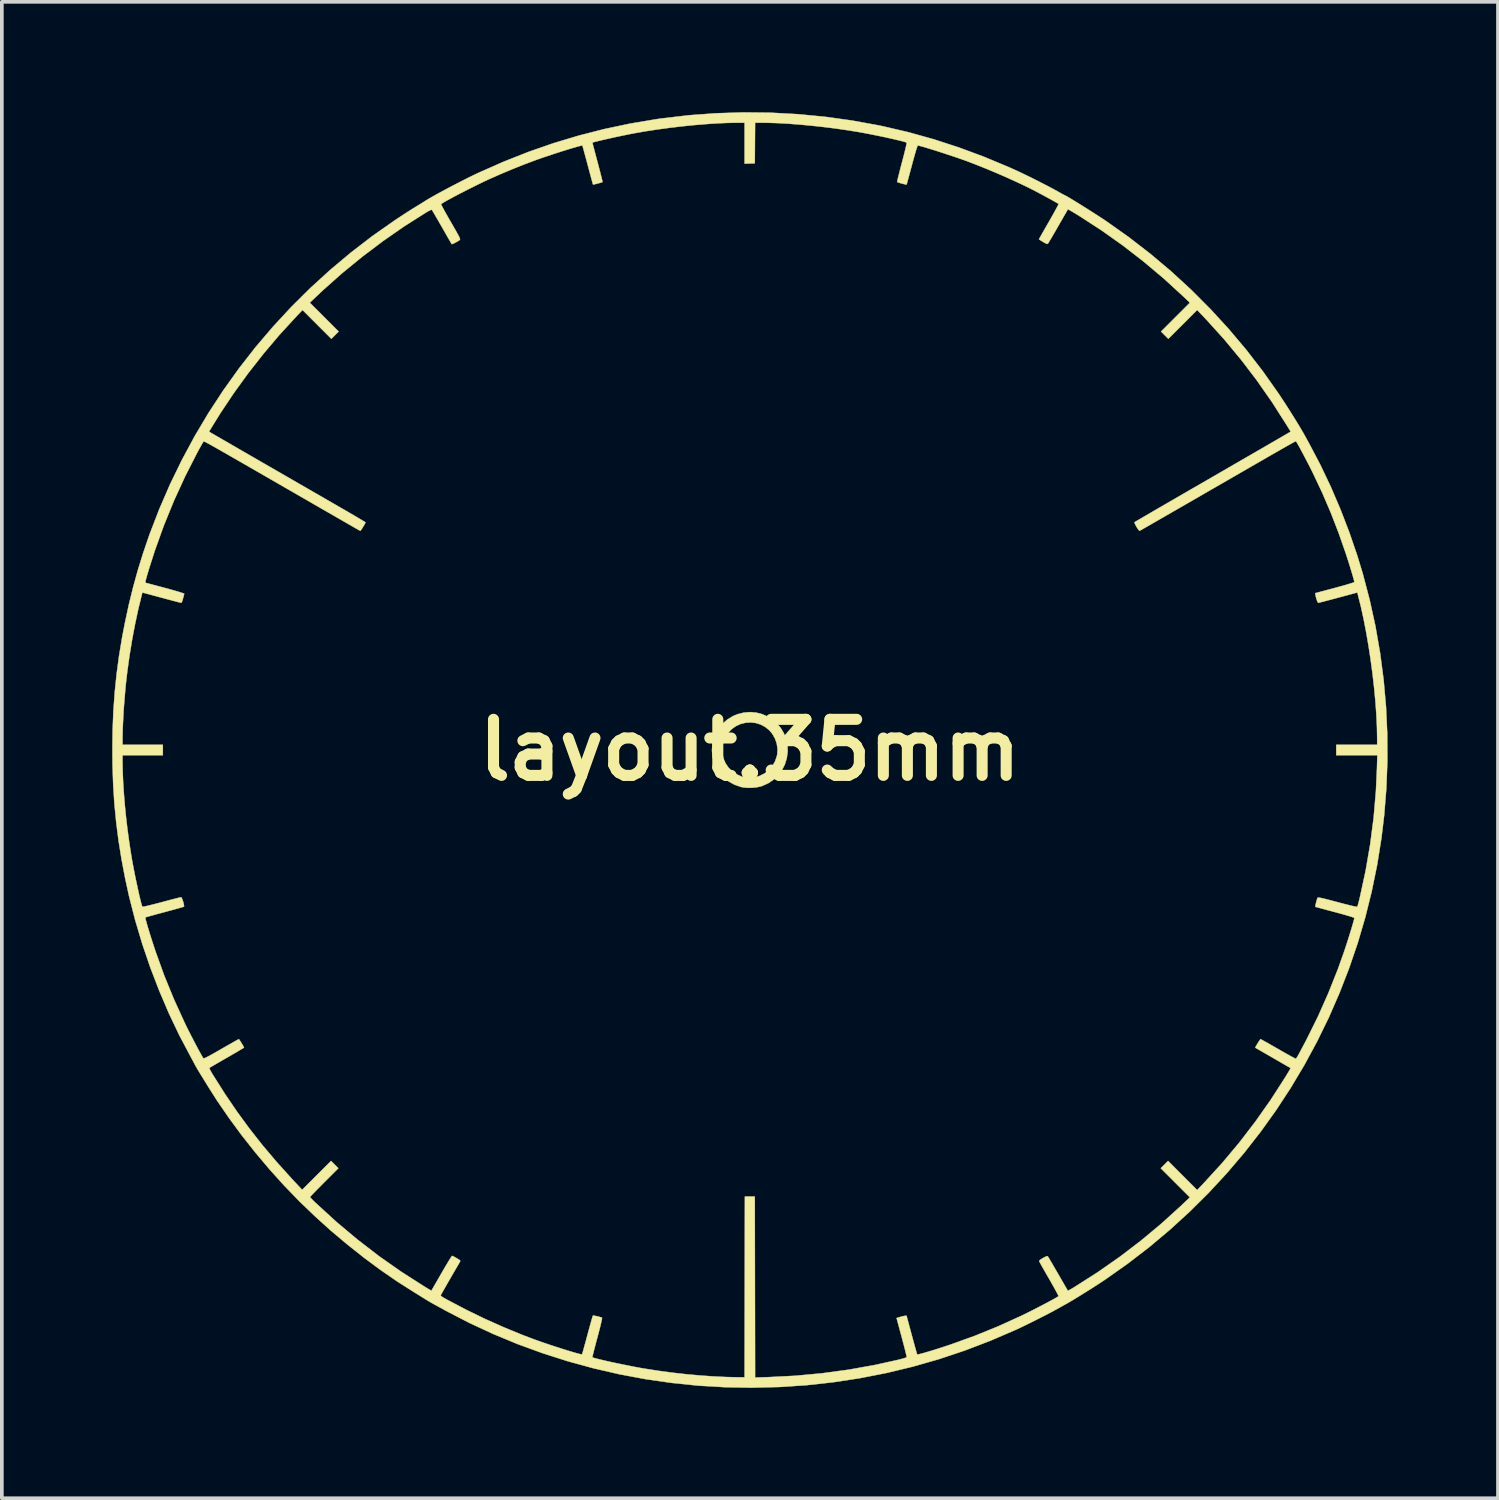
<source format=kicad_pcb>
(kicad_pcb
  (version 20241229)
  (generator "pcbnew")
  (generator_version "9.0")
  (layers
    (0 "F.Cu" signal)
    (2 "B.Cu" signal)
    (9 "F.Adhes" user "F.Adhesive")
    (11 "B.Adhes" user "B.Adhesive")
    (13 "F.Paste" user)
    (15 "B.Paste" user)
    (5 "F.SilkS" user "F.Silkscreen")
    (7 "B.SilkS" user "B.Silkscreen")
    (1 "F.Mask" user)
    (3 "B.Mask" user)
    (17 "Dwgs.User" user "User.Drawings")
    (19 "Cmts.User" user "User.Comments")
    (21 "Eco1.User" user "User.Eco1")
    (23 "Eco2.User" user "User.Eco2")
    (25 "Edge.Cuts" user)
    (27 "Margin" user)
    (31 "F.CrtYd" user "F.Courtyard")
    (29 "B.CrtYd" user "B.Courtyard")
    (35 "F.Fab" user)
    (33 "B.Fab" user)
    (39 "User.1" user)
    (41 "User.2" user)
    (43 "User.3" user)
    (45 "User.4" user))
  (footprint "layout.35mm"
    (layer "F.Cu")
    (at 17.33 17.335)
    (property "Reference" "layout.35mm" (at 0 0 0) (layer "F.SilkS") (effects (font (size 1.524 1.524) (thickness 0.3))))
    (attr through_hole)
    (fp_poly (pts (xy 0.171 -1.017) (xy 0.329 -0.977) (xy 0.477 -0.914) (xy 0.614 -0.828) (xy 0.735 -0.723) (xy 0.839 -0.6) (xy 0.923 -0.46) (xy 0.985 -0.307) (xy 1.021 -0.142) (xy 1.029 0.034) (xy 1.028 0.047) (xy 1.004 0.224) (xy 0.952 0.391) (xy 0.874 0.545) (xy 0.771 0.683) (xy 0.648 0.802) (xy 0.505 0.9) (xy 0.345 0.973) (xy 0.31 0.985) (xy 0.189 1.013) (xy 0.054 1.026) (xy -0.082 1.026) (xy -0.208 1.011) (xy -0.252 1) (xy -0.421 0.94) (xy -0.575 0.855) (xy -0.71 0.749) (xy -0.808 0.642) (xy -0.905 0.493) (xy -0.975 0.335) (xy -1.016 0.173) (xy -1.03 0.009) (xy -1.027 -0.04) (xy -0.75 -0.04) (xy -0.745 0.102) (xy -0.714 0.237) (xy -0.658 0.364) (xy -0.58 0.478) (xy -0.481 0.577) (xy -0.363 0.658) (xy -0.228 0.718) (xy -0.078 0.753) (xy -0.016 0.76) (xy 0.011 0.759) (xy 0.059 0.753) (xy 0.111 0.745) (xy 0.258 0.707) (xy 0.392 0.641) (xy 0.51 0.551) (xy 0.608 0.441) (xy 0.683 0.313) (xy 0.733 0.17) (xy 0.746 0.107) (xy 0.752 -0.034) (xy 0.731 -0.177) (xy 0.682 -0.315) (xy 0.61 -0.441) (xy 0.533 -0.533) (xy 0.418 -0.627) (xy 0.292 -0.694) (xy 0.158 -0.735) (xy 0.021 -0.75) (xy -0.117 -0.741) (xy -0.251 -0.708) (xy -0.376 -0.651) (xy -0.49 -0.571) (xy -0.588 -0.47) (xy -0.667 -0.346) (xy -0.675 -0.33) (xy -0.728 -0.185) (xy -0.75 -0.04) (xy -1.027 -0.04) (xy -1.019 -0.153) (xy -0.982 -0.311) (xy -0.922 -0.461) (xy -0.838 -0.601) (xy -0.731 -0.726) (xy -0.603 -0.835) (xy -0.455 -0.924) (xy -0.334 -0.974) (xy -0.163 -1.017) (xy 0.006 -1.031) (xy 0.171 -1.017)) (stroke (width 0.01) (type solid)) (fill yes) (layer "F.SilkS"))
    (fp_poly (pts (xy 0.565 -17.322) (xy 1.305 -17.282) (xy 2.044 -17.211) (xy 2.779 -17.109) (xy 3.51 -16.976) (xy 3.619 -16.953) (xy 4.309 -16.792) (xy 4.997 -16.6) (xy 5.682 -16.377) (xy 6.362 -16.125) (xy 7.035 -15.844) (xy 7.255 -15.745) (xy 7.375 -15.689) (xy 7.513 -15.622) (xy 7.663 -15.549) (xy 7.818 -15.471) (xy 7.972 -15.392) (xy 8.118 -15.317) (xy 8.249 -15.247) (xy 8.361 -15.186) (xy 8.388 -15.17) (xy 8.451 -15.135) (xy 8.503 -15.106) (xy 8.539 -15.087) (xy 8.552 -15.081) (xy 8.571 -15.073) (xy 8.614 -15.049) (xy 8.677 -15.013) (xy 8.756 -14.965) (xy 8.85 -14.908) (xy 8.953 -14.844) (xy 9.064 -14.775) (xy 9.178 -14.703) (xy 9.293 -14.63) (xy 9.405 -14.558) (xy 9.512 -14.489) (xy 9.609 -14.426) (xy 9.692 -14.37) (xy 10.298 -13.941) (xy 10.884 -13.488) (xy 11.45 -13.011) (xy 11.994 -12.511) (xy 12.515 -11.989) (xy 13.014 -11.445) (xy 13.49 -10.881) (xy 13.941 -10.297) (xy 14.367 -9.694) (xy 14.437 -9.588) (xy 14.516 -9.469) (xy 14.6 -9.338) (xy 14.687 -9.202) (xy 14.773 -9.064) (xy 14.856 -8.931) (xy 14.932 -8.806) (xy 14.998 -8.694) (xy 15.052 -8.602) (xy 15.077 -8.557) (xy 15.107 -8.503) (xy 15.145 -8.433) (xy 15.186 -8.359) (xy 15.204 -8.326) (xy 15.506 -7.752) (xy 15.79 -7.155) (xy 16.053 -6.541) (xy 16.294 -5.915) (xy 16.51 -5.284) (xy 16.659 -4.794) (xy 16.846 -4.083) (xy 17.004 -3.364) (xy 17.13 -2.638) (xy 17.226 -1.908) (xy 17.291 -1.174) (xy 17.325 -0.437) (xy 17.328 0.301) (xy 17.3 1.038) (xy 17.241 1.774) (xy 17.167 2.389) (xy 17.051 3.117) (xy 16.904 3.836) (xy 16.728 4.545) (xy 16.522 5.245) (xy 16.287 5.933) (xy 16.024 6.61) (xy 15.734 7.274) (xy 15.416 7.924) (xy 15.072 8.561) (xy 14.701 9.182) (xy 14.305 9.787) (xy 13.883 10.376) (xy 13.437 10.947) (xy 12.966 11.5) (xy 12.472 12.034) (xy 11.954 12.548) (xy 11.414 13.041) (xy 10.852 13.513) (xy 10.268 13.962) (xy 9.663 14.389) (xy 9.636 14.407) (xy 9.523 14.482) (xy 9.396 14.564) (xy 9.262 14.65) (xy 9.124 14.736) (xy 8.989 14.821) (xy 8.86 14.899) (xy 8.743 14.97) (xy 8.643 15.029) (xy 8.565 15.073) (xy 8.495 15.111) (xy 8.415 15.156) (xy 8.338 15.199) (xy 8.326 15.205) (xy 8.25 15.247) (xy 8.15 15.3) (xy 8.033 15.361) (xy 7.903 15.427) (xy 7.767 15.496) (xy 7.63 15.564) (xy 7.498 15.629) (xy 7.376 15.688) (xy 7.27 15.739) (xy 7.223 15.76) (xy 6.538 16.055) (xy 5.845 16.32) (xy 5.143 16.555) (xy 4.433 16.758) (xy 3.716 16.931) (xy 2.992 17.073) (xy 2.263 17.184) (xy 1.527 17.265) (xy 0.787 17.313) (xy 0.042 17.331) (xy -0.679 17.318) (xy -1.399 17.276) (xy -2.118 17.202) (xy -2.835 17.099) (xy -3.547 16.966) (xy -4.252 16.803) (xy -4.95 16.612) (xy -5.638 16.392) (xy -6.315 16.145) (xy -6.978 15.87) (xy -7.627 15.569) (xy -8.26 15.241) (xy -8.319 15.208) (xy -8.397 15.165) (xy -8.485 15.117) (xy -8.565 15.074) (xy -8.58 15.065) (xy -8.654 15.024) (xy -8.733 14.978) (xy -8.802 14.937) (xy -8.811 14.931) (xy -8.863 14.898) (xy -8.934 14.854) (xy -9.016 14.803) (xy -9.098 14.753) (xy -9.115 14.742) (xy -9.569 14.454) (xy -10.028 14.138) (xy -10.486 13.799) (xy -10.939 13.44) (xy -11.384 13.066) (xy -11.814 12.678) (xy -12.227 12.282) (xy -12.25 12.259) (xy -12.659 11.836) (xy -13.058 11.393) (xy -13.444 10.935) (xy -13.814 10.467) (xy -14.162 9.993) (xy -14.487 9.519) (xy -14.7 9.184) (xy -14.757 9.092) (xy -14.821 8.989) (xy -14.883 8.887) (xy -14.931 8.811) (xy -14.977 8.735) (xy -15.021 8.661) (xy -15.058 8.597) (xy -15.083 8.551) (xy -15.084 8.549) (xy -15.11 8.499) (xy -15.145 8.433) (xy -15.184 8.361) (xy -15.203 8.326) (xy -15.507 7.752) (xy -15.791 7.155) (xy -16.054 6.539) (xy -16.296 5.909) (xy -16.514 5.269) (xy -16.707 4.621) (xy -16.873 3.972) (xy -16.977 3.496) (xy -17.077 2.97) (xy -17.159 2.459) (xy -17.223 1.954) (xy -17.272 1.449) (xy -17.304 0.936) (xy -17.322 0.407) (xy -17.325 0) (xy -17.324 -0.143) (xy -17.05 -0.143) (xy -15.954 -0.143) (xy -15.954 0.143) (xy -17.05 0.143) (xy -17.05 0.329) (xy -17.045 0.591) (xy -17.033 0.877) (xy -17.013 1.183) (xy -16.987 1.502) (xy -16.954 1.83) (xy -16.915 2.161) (xy -16.87 2.49) (xy -16.821 2.81) (xy -16.795 2.968) (xy -16.772 3.094) (xy -16.746 3.23) (xy -16.719 3.37) (xy -16.69 3.511) (xy -16.66 3.651) (xy -16.631 3.785) (xy -16.604 3.909) (xy -16.578 4.02) (xy -16.555 4.114) (xy -16.535 4.188) (xy -16.52 4.238) (xy -16.51 4.26) (xy -16.492 4.259) (xy -16.447 4.251) (xy -16.379 4.236) (xy -16.292 4.215) (xy -16.188 4.189) (xy -16.072 4.159) (xy -15.988 4.137) (xy -15.866 4.104) (xy -15.752 4.074) (xy -15.652 4.048) (xy -15.569 4.027) (xy -15.506 4.011) (xy -15.468 4.002) (xy -15.457 4) (xy -15.444 4.015) (xy -15.427 4.051) (xy -15.409 4.101) (xy -15.393 4.155) (xy -15.382 4.205) (xy -15.377 4.242) (xy -15.38 4.257) (xy -15.397 4.263) (xy -15.442 4.276) (xy -15.51 4.296) (xy -15.597 4.32) (xy -15.701 4.349) (xy -15.817 4.38) (xy -15.906 4.404) (xy -16.029 4.437) (xy -16.141 4.467) (xy -16.241 4.495) (xy -16.322 4.517) (xy -16.383 4.535) (xy -16.42 4.546) (xy -16.429 4.549) (xy -16.428 4.568) (xy -16.419 4.614) (xy -16.4 4.683) (xy -16.375 4.773) (xy -16.343 4.88) (xy -16.306 5.001) (xy -16.264 5.133) (xy -16.219 5.273) (xy -16.171 5.418) (xy -16.151 5.479) (xy -15.918 6.125) (xy -15.656 6.766) (xy -15.369 7.395) (xy -15.305 7.528) (xy -15.254 7.63) (xy -15.199 7.739) (xy -15.141 7.85) (xy -15.084 7.961) (xy -15.028 8.066) (xy -14.977 8.162) (xy -14.931 8.245) (xy -14.894 8.312) (xy -14.867 8.357) (xy -14.853 8.378) (xy -14.842 8.38) (xy -14.82 8.374) (xy -14.783 8.358) (xy -14.73 8.332) (xy -14.659 8.294) (xy -14.566 8.242) (xy -14.45 8.176) (xy -14.367 8.128) (xy -14.256 8.064) (xy -14.154 8.006) (xy -14.064 7.955) (xy -13.989 7.912) (xy -13.932 7.881) (xy -13.898 7.863) (xy -13.888 7.858) (xy -13.877 7.871) (xy -13.855 7.903) (xy -13.827 7.947) (xy -13.798 7.996) (xy -13.771 8.041) (xy -13.753 8.074) (xy -13.748 8.088) (xy -13.761 8.097) (xy -13.799 8.12) (xy -13.857 8.154) (xy -13.934 8.2) (xy -14.025 8.253) (xy -14.128 8.313) (xy -14.204 8.357) (xy -14.314 8.42) (xy -14.416 8.479) (xy -14.506 8.531) (xy -14.581 8.575) (xy -14.638 8.608) (xy -14.672 8.628) (xy -14.682 8.634) (xy -14.687 8.646) (xy -14.68 8.671) (xy -14.66 8.713) (xy -14.625 8.775) (xy -14.588 8.836) (xy -14.267 9.344) (xy -13.938 9.828) (xy -13.596 10.295) (xy -13.238 10.75) (xy -12.857 11.2) (xy -12.451 11.65) (xy -12.416 11.687) (xy -12.168 11.953) (xy -11.775 11.561) (xy -11.382 11.168) (xy -11.184 11.367) (xy -11.569 11.752) (xy -11.66 11.843) (xy -11.743 11.927) (xy -11.815 12.001) (xy -11.875 12.063) (xy -11.92 12.111) (xy -11.947 12.14) (xy -11.954 12.15) (xy -11.943 12.164) (xy -11.913 12.197) (xy -11.868 12.243) (xy -11.812 12.298) (xy -11.783 12.325) (xy -11.233 12.828) (xy -10.665 13.304) (xy -10.08 13.755) (xy -9.477 14.178) (xy -8.857 14.575) (xy -8.801 14.609) (xy -8.656 14.697) (xy -8.382 14.222) (xy -8.318 14.111) (xy -8.258 14.009) (xy -8.204 13.919) (xy -8.159 13.845) (xy -8.124 13.79) (xy -8.102 13.757) (xy -8.093 13.748) (xy -8.073 13.755) (xy -8.034 13.775) (xy -7.982 13.804) (xy -7.968 13.812) (xy -7.914 13.844) (xy -7.883 13.866) (xy -7.871 13.882) (xy -7.873 13.898) (xy -7.88 13.911) (xy -7.894 13.935) (xy -7.922 13.982) (xy -7.96 14.048) (xy -8.007 14.128) (xy -8.059 14.219) (xy -8.115 14.315) (xy -8.172 14.414) (xy -8.227 14.51) (xy -8.278 14.6) (xy -8.323 14.678) (xy -8.359 14.742) (xy -8.384 14.786) (xy -8.395 14.805) (xy -8.4 14.818) (xy -8.397 14.831) (xy -8.382 14.847) (xy -8.353 14.868) (xy -8.305 14.896) (xy -8.235 14.936) (xy -8.179 14.966) (xy -7.695 15.22) (xy -7.193 15.464) (xy -6.681 15.692) (xy -6.17 15.902) (xy -5.842 16.026) (xy -5.725 16.067) (xy -5.599 16.111) (xy -5.466 16.156) (xy -5.331 16.201) (xy -5.197 16.244) (xy -5.067 16.286) (xy -4.944 16.324) (xy -4.833 16.357) (xy -4.736 16.386) (xy -4.657 16.407) (xy -4.6 16.421) (xy -4.567 16.426) (xy -4.561 16.425) (xy -4.556 16.409) (xy -4.542 16.365) (xy -4.523 16.298) (xy -4.499 16.21) (xy -4.47 16.107) (xy -4.439 15.991) (xy -4.414 15.9) (xy -4.381 15.777) (xy -4.35 15.664) (xy -4.322 15.564) (xy -4.299 15.481) (xy -4.281 15.42) (xy -4.269 15.382) (xy -4.265 15.373) (xy -4.247 15.372) (xy -4.208 15.378) (xy -4.156 15.389) (xy -4.102 15.402) (xy -4.054 15.416) (xy -4.022 15.428) (xy -4.017 15.43) (xy -4.017 15.447) (xy -4.026 15.492) (xy -4.041 15.561) (xy -4.062 15.651) (xy -4.089 15.759) (xy -4.121 15.882) (xy -4.144 15.969) (xy -4.178 16.093) (xy -4.208 16.208) (xy -4.234 16.308) (xy -4.255 16.392) (xy -4.27 16.455) (xy -4.279 16.494) (xy -4.28 16.506) (xy -4.258 16.515) (xy -4.209 16.53) (xy -4.136 16.549) (xy -4.042 16.572) (xy -3.931 16.598) (xy -3.807 16.626) (xy -3.674 16.655) (xy -3.534 16.684) (xy -3.392 16.713) (xy -3.251 16.742) (xy -3.115 16.768) (xy -2.987 16.792) (xy -2.881 16.81) (xy -2.507 16.869) (xy -2.122 16.921) (xy -1.733 16.965) (xy -1.348 17) (xy -0.973 17.026) (xy -0.616 17.042) (xy -0.377 17.047) (xy -0.143 17.05) (xy -0.139 14.593) (xy -0.135 12.136) (xy 0.135 12.136) (xy 0.143 17.055) (xy 0.509 17.044) (xy 1.238 17.007) (xy 1.966 16.939) (xy 2.69 16.841) (xy 3.407 16.712) (xy 4.014 16.578) (xy 4.098 16.557) (xy 4.17 16.537) (xy 4.225 16.52) (xy 4.257 16.507) (xy 4.264 16.503) (xy 4.261 16.484) (xy 4.251 16.438) (xy 4.235 16.369) (xy 4.213 16.281) (xy 4.186 16.176) (xy 4.155 16.059) (xy 4.129 15.962) (xy 3.988 15.438) (xy 4.078 15.411) (xy 4.135 15.394) (xy 4.188 15.383) (xy 4.213 15.379) (xy 4.259 15.375) (xy 4.399 15.897) (xy 4.433 16.021) (xy 4.464 16.134) (xy 4.491 16.234) (xy 4.515 16.317) (xy 4.533 16.38) (xy 4.544 16.418) (xy 4.548 16.428) (xy 4.567 16.428) (xy 4.613 16.418) (xy 4.683 16.4) (xy 4.773 16.375) (xy 4.881 16.343) (xy 5.003 16.306) (xy 5.136 16.264) (xy 5.277 16.218) (xy 5.422 16.17) (xy 5.461 16.157) (xy 6.113 15.922) (xy 6.747 15.664) (xy 7.37 15.381) (xy 7.588 15.274) (xy 7.709 15.213) (xy 7.83 15.151) (xy 7.947 15.09) (xy 8.058 15.032) (xy 8.158 14.978) (xy 8.245 14.931) (xy 8.314 14.892) (xy 8.363 14.863) (xy 8.388 14.846) (xy 8.39 14.843) (xy 8.384 14.827) (xy 8.364 14.786) (xy 8.332 14.725) (xy 8.289 14.646) (xy 8.237 14.553) (xy 8.178 14.449) (xy 8.134 14.372) (xy 8.07 14.262) (xy 8.012 14.16) (xy 7.96 14.069) (xy 7.918 13.994) (xy 7.886 13.936) (xy 7.868 13.901) (xy 7.863 13.891) (xy 7.873 13.873) (xy 7.904 13.847) (xy 7.949 13.818) (xy 7.998 13.79) (xy 8.045 13.768) (xy 8.081 13.756) (xy 8.096 13.758) (xy 8.107 13.775) (xy 8.132 13.815) (xy 8.168 13.877) (xy 8.215 13.956) (xy 8.269 14.05) (xy 8.33 14.155) (xy 8.375 14.232) (xy 8.438 14.342) (xy 8.496 14.442) (xy 8.547 14.531) (xy 8.589 14.603) (xy 8.621 14.658) (xy 8.639 14.69) (xy 8.644 14.697) (xy 8.658 14.691) (xy 8.695 14.671) (xy 8.748 14.641) (xy 8.814 14.601) (xy 8.837 14.587) (xy 9.456 14.192) (xy 10.053 13.775) (xy 10.629 13.335) (xy 11.186 12.871) (xy 11.726 12.381) (xy 11.778 12.331) (xy 11.96 12.158) (xy 11.168 11.367) (xy 11.367 11.168) (xy 12.158 11.96) (xy 12.331 11.778) (xy 12.828 11.235) (xy 13.297 10.676) (xy 13.741 10.098) (xy 14.161 9.501) (xy 14.548 8.9) (xy 14.596 8.821) (xy 14.638 8.752) (xy 14.67 8.696) (xy 14.691 8.659) (xy 14.697 8.645) (xy 14.697 8.645) (xy 14.683 8.636) (xy 14.644 8.613) (xy 14.584 8.579) (xy 14.506 8.534) (xy 14.413 8.48) (xy 14.309 8.42) (xy 14.216 8.366) (xy 14.105 8.302) (xy 14.002 8.243) (xy 13.912 8.191) (xy 13.838 8.148) (xy 13.781 8.116) (xy 13.747 8.096) (xy 13.738 8.09) (xy 13.742 8.076) (xy 13.76 8.042) (xy 13.786 7.998) (xy 13.816 7.949) (xy 13.845 7.905) (xy 13.868 7.872) (xy 13.88 7.858) (xy 13.881 7.858) (xy 13.897 7.866) (xy 13.938 7.888) (xy 13.999 7.922) (xy 14.079 7.966) (xy 14.172 8.02) (xy 14.277 8.08) (xy 14.362 8.128) (xy 14.472 8.192) (xy 14.575 8.25) (xy 14.665 8.3) (xy 14.74 8.341) (xy 14.797 8.371) (xy 14.832 8.387) (xy 14.843 8.39) (xy 14.855 8.375) (xy 14.879 8.337) (xy 14.914 8.277) (xy 14.96 8.192) (xy 15.019 8.081) (xy 15.092 7.944) (xy 15.132 7.866) (xy 15.44 7.245) (xy 15.724 6.605) (xy 15.984 5.951) (xy 16.146 5.496) (xy 16.18 5.394) (xy 16.217 5.283) (xy 16.254 5.167) (xy 16.291 5.05) (xy 16.326 4.936) (xy 16.358 4.831) (xy 16.386 4.737) (xy 16.408 4.659) (xy 16.423 4.602) (xy 16.43 4.569) (xy 16.431 4.565) (xy 16.415 4.556) (xy 16.371 4.539) (xy 16.298 4.516) (xy 16.2 4.487) (xy 16.076 4.452) (xy 15.929 4.412) (xy 15.903 4.405) (xy 15.779 4.372) (xy 15.665 4.342) (xy 15.564 4.314) (xy 15.481 4.292) (xy 15.418 4.275) (xy 15.38 4.264) (xy 15.369 4.26) (xy 15.369 4.244) (xy 15.376 4.206) (xy 15.388 4.156) (xy 15.402 4.102) (xy 15.416 4.055) (xy 15.427 4.023) (xy 15.43 4.017) (xy 15.439 4.011) (xy 15.456 4.01) (xy 15.487 4.014) (xy 15.533 4.023) (xy 15.597 4.037) (xy 15.682 4.059) (xy 15.791 4.087) (xy 15.928 4.123) (xy 15.97 4.134) (xy 16.104 4.17) (xy 16.224 4.2) (xy 16.327 4.226) (xy 16.409 4.245) (xy 16.469 4.257) (xy 16.503 4.262) (xy 16.509 4.261) (xy 16.517 4.241) (xy 16.531 4.196) (xy 16.548 4.132) (xy 16.568 4.053) (xy 16.58 4.004) (xy 16.736 3.283) (xy 16.86 2.563) (xy 16.954 1.841) (xy 17.016 1.116) (xy 17.044 0.509) (xy 17.055 0.143) (xy 15.938 0.143) (xy 15.938 -0.143) (xy 17.05 -0.143) (xy 17.05 -0.315) (xy 17.044 -0.629) (xy 17.028 -0.966) (xy 17.002 -1.323) (xy 16.967 -1.693) (xy 16.924 -2.071) (xy 16.873 -2.452) (xy 16.815 -2.831) (xy 16.751 -3.201) (xy 16.682 -3.558) (xy 16.608 -3.896) (xy 16.529 -4.21) (xy 16.526 -4.224) (xy 16.51 -4.281) (xy 15.99 -4.141) (xy 15.866 -4.108) (xy 15.752 -4.078) (xy 15.651 -4.051) (xy 15.566 -4.029) (xy 15.502 -4.013) (xy 15.463 -4.003) (xy 15.451 -4.001) (xy 15.436 -4.015) (xy 15.418 -4.054) (xy 15.399 -4.11) (xy 15.382 -4.176) (xy 15.374 -4.212) (xy 15.365 -4.263) (xy 15.898 -4.405) (xy 16.026 -4.44) (xy 16.143 -4.472) (xy 16.244 -4.502) (xy 16.327 -4.527) (xy 16.387 -4.546) (xy 16.422 -4.56) (xy 16.431 -4.565) (xy 16.426 -4.59) (xy 16.413 -4.641) (xy 16.393 -4.713) (xy 16.367 -4.802) (xy 16.336 -4.904) (xy 16.303 -5.013) (xy 16.268 -5.125) (xy 16.232 -5.236) (xy 16.206 -5.318) (xy 16.006 -5.891) (xy 15.793 -6.442) (xy 15.562 -6.981) (xy 15.309 -7.517) (xy 15.273 -7.589) (xy 15.212 -7.711) (xy 15.149 -7.832) (xy 15.088 -7.95) (xy 15.03 -8.061) (xy 14.976 -8.161) (xy 14.929 -8.248) (xy 14.89 -8.316) (xy 14.862 -8.364) (xy 14.845 -8.388) (xy 14.843 -8.39) (xy 14.841 -8.391) (xy 14.837 -8.391) (xy 14.831 -8.389) (xy 14.821 -8.385) (xy 14.806 -8.377) (xy 14.785 -8.367) (xy 14.757 -8.351) (xy 14.72 -8.331) (xy 14.674 -8.305) (xy 14.617 -8.273) (xy 14.548 -8.234) (xy 14.466 -8.187) (xy 14.37 -8.132) (xy 14.258 -8.068) (xy 14.13 -7.995) (xy 13.984 -7.91) (xy 13.819 -7.815) (xy 13.634 -7.709) (xy 13.428 -7.59) (xy 13.199 -7.458) (xy 12.947 -7.312) (xy 12.67 -7.153) (xy 12.367 -6.978) (xy 12.248 -6.909) (xy 12.038 -6.788) (xy 11.835 -6.671) (xy 11.642 -6.56) (xy 11.46 -6.455) (xy 11.29 -6.357) (xy 11.135 -6.268) (xy 10.996 -6.188) (xy 10.875 -6.118) (xy 10.773 -6.06) (xy 10.693 -6.014) (xy 10.635 -5.981) (xy 10.602 -5.962) (xy 10.595 -5.958) (xy 10.579 -5.968) (xy 10.554 -5.998) (xy 10.525 -6.041) (xy 10.496 -6.09) (xy 10.472 -6.137) (xy 10.457 -6.173) (xy 10.456 -6.192) (xy 10.471 -6.201) (xy 10.512 -6.226) (xy 10.577 -6.264) (xy 10.665 -6.315) (xy 10.773 -6.378) (xy 10.9 -6.452) (xy 11.044 -6.536) (xy 11.204 -6.629) (xy 11.377 -6.729) (xy 11.563 -6.837) (xy 11.759 -6.95) (xy 11.963 -7.069) (xy 12.089 -7.141) (xy 12.423 -7.334) (xy 12.731 -7.512) (xy 13.014 -7.676) (xy 13.271 -7.825) (xy 13.505 -7.96) (xy 13.716 -8.082) (xy 13.905 -8.191) (xy 14.072 -8.288) (xy 14.22 -8.374) (xy 14.349 -8.449) (xy 14.459 -8.513) (xy 14.551 -8.567) (xy 14.593 -8.591) (xy 14.7 -8.653) (xy 14.586 -8.839) (xy 14.194 -9.453) (xy 13.782 -10.043) (xy 13.349 -10.611) (xy 12.892 -11.162) (xy 12.409 -11.696) (xy 12.331 -11.778) (xy 12.158 -11.96) (xy 11.374 -11.176) (xy 11.275 -11.275) (xy 11.176 -11.374) (xy 11.96 -12.158) (xy 11.778 -12.331) (xy 11.251 -12.814) (xy 10.703 -13.275) (xy 10.139 -13.712) (xy 9.56 -14.123) (xy 8.97 -14.506) (xy 8.829 -14.593) (xy 8.762 -14.632) (xy 8.706 -14.665) (xy 8.665 -14.688) (xy 8.646 -14.697) (xy 8.645 -14.697) (xy 8.636 -14.683) (xy 8.614 -14.644) (xy 8.58 -14.584) (xy 8.535 -14.507) (xy 8.483 -14.415) (xy 8.423 -14.312) (xy 8.382 -14.24) (xy 8.319 -14.13) (xy 8.26 -14.028) (xy 8.208 -13.939) (xy 8.164 -13.864) (xy 8.13 -13.808) (xy 8.109 -13.774) (xy 8.103 -13.765) (xy 8.089 -13.756) (xy 8.067 -13.759) (xy 8.033 -13.774) (xy 7.978 -13.805) (xy 7.97 -13.81) (xy 7.919 -13.841) (xy 7.88 -13.866) (xy 7.859 -13.881) (xy 7.858 -13.883) (xy 7.866 -13.898) (xy 7.888 -13.937) (xy 7.922 -13.997) (xy 7.966 -14.075) (xy 8.019 -14.168) (xy 8.079 -14.272) (xy 8.129 -14.359) (xy 8.192 -14.47) (xy 8.25 -14.572) (xy 8.3 -14.663) (xy 8.341 -14.739) (xy 8.371 -14.796) (xy 8.388 -14.831) (xy 8.391 -14.842) (xy 8.373 -14.855) (xy 8.33 -14.881) (xy 8.263 -14.919) (xy 8.175 -14.968) (xy 8.068 -15.026) (xy 7.944 -15.093) (xy 7.805 -15.167) (xy 7.795 -15.173) (xy 7.605 -15.27) (xy 7.391 -15.374) (xy 7.158 -15.482) (xy 6.914 -15.592) (xy 6.663 -15.7) (xy 6.412 -15.805) (xy 6.166 -15.903) (xy 5.933 -15.993) (xy 5.866 -16.018) (xy 5.761 -16.055) (xy 5.643 -16.096) (xy 5.516 -16.139) (xy 5.383 -16.183) (xy 5.249 -16.227) (xy 5.117 -16.27) (xy 4.99 -16.31) (xy 4.873 -16.346) (xy 4.769 -16.378) (xy 4.682 -16.403) (xy 4.617 -16.42) (xy 4.575 -16.43) (xy 4.566 -16.431) (xy 4.556 -16.416) (xy 4.54 -16.371) (xy 4.517 -16.3) (xy 4.489 -16.204) (xy 4.455 -16.084) (xy 4.416 -15.943) (xy 4.406 -15.903) (xy 4.373 -15.779) (xy 4.342 -15.665) (xy 4.315 -15.564) (xy 4.292 -15.481) (xy 4.275 -15.418) (xy 4.264 -15.38) (xy 4.261 -15.369) (xy 4.244 -15.37) (xy 4.206 -15.378) (xy 4.156 -15.39) (xy 4.102 -15.405) (xy 4.052 -15.42) (xy 4.016 -15.432) (xy 4.004 -15.438) (xy 4.006 -15.455) (xy 4.015 -15.499) (xy 4.031 -15.566) (xy 4.053 -15.653) (xy 4.079 -15.757) (xy 4.109 -15.873) (xy 4.135 -15.971) (xy 4.172 -16.11) (xy 4.203 -16.232) (xy 4.228 -16.335) (xy 4.247 -16.417) (xy 4.258 -16.474) (xy 4.262 -16.505) (xy 4.261 -16.509) (xy 4.238 -16.519) (xy 4.187 -16.535) (xy 4.112 -16.555) (xy 4.017 -16.578) (xy 3.905 -16.604) (xy 3.78 -16.632) (xy 3.646 -16.662) (xy 3.505 -16.691) (xy 3.362 -16.72) (xy 3.221 -16.748) (xy 3.084 -16.774) (xy 2.968 -16.795) (xy 2.654 -16.846) (xy 2.33 -16.893) (xy 1.999 -16.934) (xy 1.669 -16.97) (xy 1.345 -17) (xy 1.031 -17.024) (xy 0.735 -17.04) (xy 0.46 -17.048) (xy 0.33 -17.05) (xy 0.143 -17.05) (xy 0.139 -16.498) (xy 0.135 -15.946) (xy -0.143 -15.937) (xy -0.143 -17.05) (xy -0.329 -17.05) (xy -0.594 -17.045) (xy -0.884 -17.033) (xy -1.194 -17.012) (xy -1.517 -16.985) (xy -1.849 -16.951) (xy -2.184 -16.911) (xy -2.516 -16.866) (xy -2.84 -16.816) (xy -3.104 -16.77) (xy -3.212 -16.75) (xy -3.332 -16.726) (xy -3.458 -16.7) (xy -3.588 -16.673) (xy -3.717 -16.645) (xy -3.841 -16.617) (xy -3.957 -16.591) (xy -4.061 -16.567) (xy -4.149 -16.545) (xy -4.217 -16.528) (xy -4.261 -16.515) (xy -4.277 -16.507) (xy -4.274 -16.491) (xy -4.264 -16.448) (xy -4.247 -16.382) (xy -4.224 -16.295) (xy -4.197 -16.192) (xy -4.166 -16.076) (xy -4.139 -15.974) (xy -4.106 -15.849) (xy -4.076 -15.735) (xy -4.05 -15.634) (xy -4.029 -15.55) (xy -4.014 -15.487) (xy -4.006 -15.448) (xy -4.005 -15.436) (xy -4.023 -15.429) (xy -4.062 -15.417) (xy -4.114 -15.403) (xy -4.168 -15.389) (xy -4.217 -15.377) (xy -4.251 -15.37) (xy -4.262 -15.37) (xy -4.267 -15.386) (xy -4.279 -15.429) (xy -4.298 -15.496) (xy -4.321 -15.582) (xy -4.349 -15.685) (xy -4.38 -15.801) (xy -4.406 -15.899) (xy -4.439 -16.023) (xy -4.47 -16.136) (xy -4.497 -16.236) (xy -4.519 -16.319) (xy -4.537 -16.381) (xy -4.547 -16.419) (xy -4.551 -16.429) (xy -4.569 -16.429) (xy -4.613 -16.419) (xy -4.681 -16.401) (xy -4.768 -16.376) (xy -4.872 -16.346) (xy -4.988 -16.31) (xy -5.113 -16.271) (xy -5.245 -16.229) (xy -5.378 -16.185) (xy -5.51 -16.141) (xy -5.638 -16.098) (xy -5.758 -16.056) (xy -5.842 -16.026) (xy -6.142 -15.913) (xy -6.454 -15.788) (xy -6.766 -15.657) (xy -7.063 -15.526) (xy -7.064 -15.526) (xy -7.168 -15.478) (xy -7.283 -15.423) (xy -7.406 -15.363) (xy -7.535 -15.299) (xy -7.665 -15.234) (xy -7.793 -15.168) (xy -7.918 -15.104) (xy -8.034 -15.043) (xy -8.139 -14.986) (xy -8.231 -14.936) (xy -8.305 -14.894) (xy -8.358 -14.862) (xy -8.388 -14.841) (xy -8.393 -14.835) (xy -8.386 -14.818) (xy -8.366 -14.777) (xy -8.332 -14.715) (xy -8.289 -14.635) (xy -8.236 -14.542) (xy -8.177 -14.437) (xy -8.127 -14.351) (xy -8.055 -14.226) (xy -7.997 -14.125) (xy -7.952 -14.045) (xy -7.919 -13.985) (xy -7.896 -13.94) (xy -7.883 -13.909) (xy -7.877 -13.888) (xy -7.877 -13.875) (xy -7.882 -13.866) (xy -7.889 -13.859) (xy -7.924 -13.836) (xy -7.969 -13.81) (xy -8.018 -13.784) (xy -8.062 -13.762) (xy -8.092 -13.75) (xy -8.101 -13.749) (xy -8.11 -13.764) (xy -8.133 -13.803) (xy -8.168 -13.863) (xy -8.213 -13.941) (xy -8.266 -14.033) (xy -8.325 -14.137) (xy -8.366 -14.208) (xy -8.429 -14.318) (xy -8.487 -14.419) (xy -8.539 -14.508) (xy -8.582 -14.582) (xy -8.615 -14.638) (xy -8.635 -14.671) (xy -8.64 -14.679) (xy -8.655 -14.683) (xy -8.688 -14.672) (xy -8.74 -14.645) (xy -8.8 -14.61) (xy -9.39 -14.236) (xy -9.97 -13.833) (xy -10.536 -13.406) (xy -11.084 -12.958) (xy -11.609 -12.491) (xy -11.778 -12.331) (xy -11.96 -12.158) (xy -11.176 -11.374) (xy -11.374 -11.176) (xy -12.158 -11.96) (xy -12.331 -11.778) (xy -12.782 -11.287) (xy -13.216 -10.774) (xy -13.632 -10.244) (xy -14.025 -9.702) (xy -14.392 -9.152) (xy -14.591 -8.831) (xy -14.699 -8.652) (xy -14.632 -8.613) (xy -14.581 -8.584) (xy -14.504 -8.539) (xy -14.405 -8.482) (xy -14.284 -8.412) (xy -14.145 -8.332) (xy -13.99 -8.242) (xy -13.821 -8.144) (xy -13.64 -8.04) (xy -13.45 -7.93) (xy -13.253 -7.816) (xy -13.05 -7.699) (xy -12.845 -7.581) (xy -12.639 -7.462) (xy -12.436 -7.345) (xy -12.236 -7.229) (xy -12.042 -7.118) (xy -11.858 -7.011) (xy -11.683 -6.911) (xy -11.633 -6.882) (xy -11.455 -6.779) (xy -11.285 -6.681) (xy -11.125 -6.588) (xy -10.977 -6.503) (xy -10.843 -6.425) (xy -10.725 -6.356) (xy -10.626 -6.297) (xy -10.546 -6.25) (xy -10.488 -6.215) (xy -10.455 -6.195) (xy -10.446 -6.189) (xy -10.453 -6.168) (xy -10.473 -6.131) (xy -10.499 -6.085) (xy -10.529 -6.036) (xy -10.557 -5.994) (xy -10.578 -5.965) (xy -10.588 -5.956) (xy -10.603 -5.965) (xy -10.644 -5.988) (xy -10.709 -6.025) (xy -10.796 -6.075) (xy -10.904 -6.137) (xy -11.031 -6.21) (xy -11.176 -6.294) (xy -11.336 -6.386) (xy -11.51 -6.486) (xy -11.696 -6.593) (xy -11.892 -6.706) (xy -12.098 -6.825) (xy -12.249 -6.912) (xy -12.563 -7.093) (xy -12.849 -7.258) (xy -13.111 -7.409) (xy -13.349 -7.546) (xy -13.564 -7.67) (xy -13.757 -7.781) (xy -13.929 -7.88) (xy -14.083 -7.968) (xy -14.218 -8.046) (xy -14.336 -8.113) (xy -14.438 -8.172) (xy -14.525 -8.221) (xy -14.599 -8.263) (xy -14.661 -8.297) (xy -14.711 -8.325) (xy -14.751 -8.346) (xy -14.782 -8.363) (xy -14.806 -8.374) (xy -14.823 -8.382) (xy -14.834 -8.386) (xy -14.842 -8.387) (xy -14.846 -8.387) (xy -14.848 -8.385) (xy -14.85 -8.382) (xy -14.852 -8.379) (xy -14.852 -8.379) (xy -14.865 -8.359) (xy -14.891 -8.316) (xy -14.926 -8.254) (xy -14.968 -8.178) (xy -15.014 -8.093) (xy -15.017 -8.088) (xy -15.347 -7.441) (xy -15.651 -6.778) (xy -15.928 -6.099) (xy -16.176 -5.407) (xy -16.327 -4.935) (xy -16.355 -4.842) (xy -16.381 -4.756) (xy -16.401 -4.683) (xy -16.416 -4.629) (xy -16.423 -4.602) (xy -16.433 -4.548) (xy -15.9 -4.406) (xy -15.77 -4.371) (xy -15.654 -4.338) (xy -15.553 -4.309) (xy -15.472 -4.284) (xy -15.413 -4.265) (xy -15.379 -4.252) (xy -15.372 -4.247) (xy -15.379 -4.224) (xy -15.39 -4.18) (xy -15.405 -4.123) (xy -15.407 -4.116) (xy -15.423 -4.06) (xy -15.439 -4.02) (xy -15.452 -4.001) (xy -15.453 -4.001) (xy -15.472 -4.005) (xy -15.518 -4.016) (xy -15.587 -4.034) (xy -15.676 -4.057) (xy -15.78 -4.085) (xy -15.897 -4.116) (xy -15.99 -4.141) (xy -16.51 -4.281) (xy -16.525 -4.224) (xy -16.62 -3.837) (xy -16.708 -3.426) (xy -16.789 -3) (xy -16.86 -2.567) (xy -16.92 -2.134) (xy -16.937 -1.992) (xy -16.959 -1.796) (xy -16.979 -1.586) (xy -16.997 -1.369) (xy -17.014 -1.15) (xy -17.027 -0.936) (xy -17.038 -0.733) (xy -17.046 -0.547) (xy -17.049 -0.384) (xy -17.05 -0.329) (xy -17.05 -0.143) (xy -17.324 -0.143) (xy -17.319 -0.541) (xy -17.298 -1.06) (xy -17.262 -1.565) (xy -17.211 -2.063) (xy -17.144 -2.562) (xy -17.06 -3.068) (xy -16.985 -3.457) (xy -16.879 -3.95) (xy -16.763 -4.421) (xy -16.636 -4.881) (xy -16.495 -5.337) (xy -16.337 -5.8) (xy -16.317 -5.858) (xy -16.051 -6.548) (xy -15.758 -7.224) (xy -15.436 -7.885) (xy -15.088 -8.532) (xy -14.713 -9.162) (xy -14.312 -9.775) (xy -13.886 -10.371) (xy -13.436 -10.948) (xy -12.961 -11.505) (xy -12.463 -12.043) (xy -11.943 -12.559) (xy -11.4 -13.054) (xy -10.837 -13.526) (xy -10.252 -13.975) (xy -9.647 -14.399) (xy -9.636 -14.406) (xy -9.532 -14.475) (xy -9.423 -14.547) (xy -9.315 -14.617) (xy -9.216 -14.68) (xy -9.134 -14.731) (xy -9.12 -14.739) (xy -9.038 -14.79) (xy -8.955 -14.841) (xy -8.88 -14.887) (xy -8.822 -14.924) (xy -8.811 -14.931) (xy -8.736 -14.977) (xy -8.637 -15.034) (xy -8.518 -15.101) (xy -8.384 -15.174) (xy -8.239 -15.252) (xy -8.087 -15.332) (xy -7.932 -15.412) (xy -7.78 -15.49) (xy -7.634 -15.564) (xy -7.498 -15.63) (xy -7.382 -15.685) (xy -6.704 -15.985) (xy -6.025 -16.254) (xy -5.342 -16.492) (xy -4.653 -16.699) (xy -3.958 -16.877) (xy -3.253 -17.026) (xy -2.538 -17.146) (xy -2.389 -17.167) (xy -1.654 -17.253) (xy -0.916 -17.307) (xy -0.176 -17.33) (xy 0.565 -17.322)) (stroke (width 0.01) (type solid)) (fill yes) (layer "F.SilkS")))
  (gr_rect
    (start -3 -3)
    (end 37.664 37.671)
    (stroke (width 0.1) (type default))
    (fill no)
    (layer "Edge.Cuts")))
</source>
